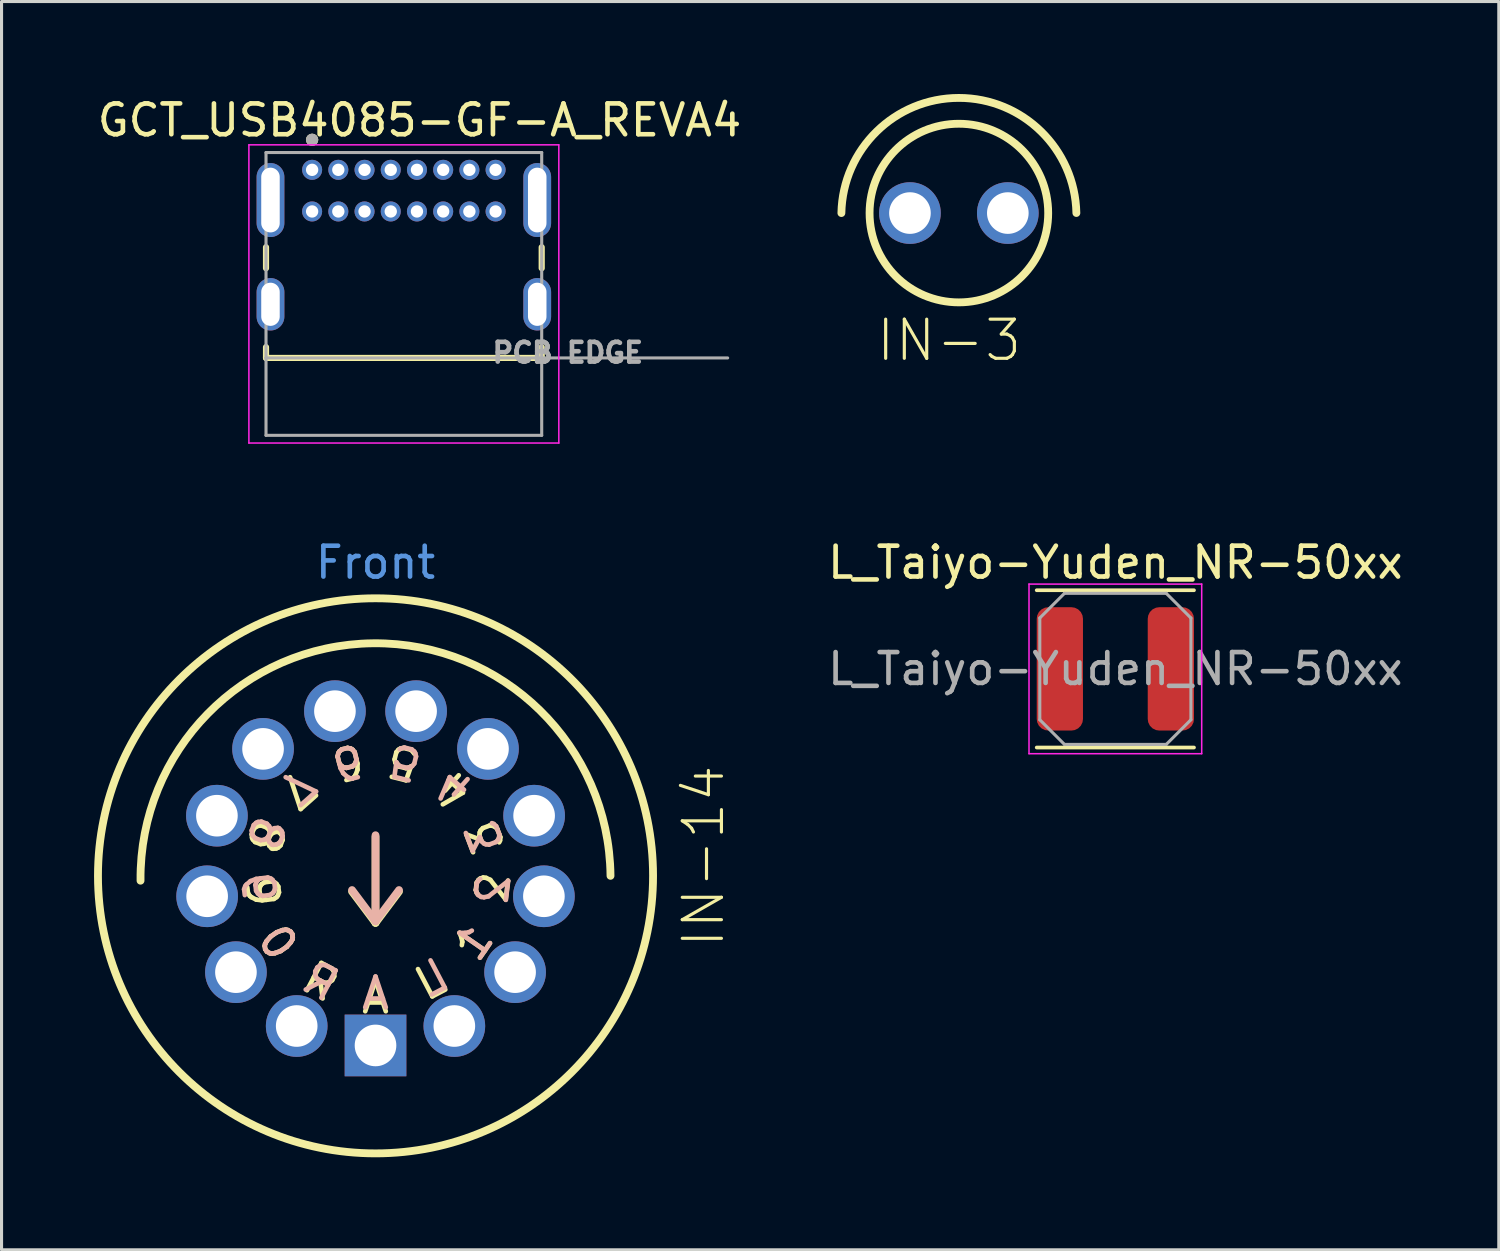
<source format=kicad_pcb>
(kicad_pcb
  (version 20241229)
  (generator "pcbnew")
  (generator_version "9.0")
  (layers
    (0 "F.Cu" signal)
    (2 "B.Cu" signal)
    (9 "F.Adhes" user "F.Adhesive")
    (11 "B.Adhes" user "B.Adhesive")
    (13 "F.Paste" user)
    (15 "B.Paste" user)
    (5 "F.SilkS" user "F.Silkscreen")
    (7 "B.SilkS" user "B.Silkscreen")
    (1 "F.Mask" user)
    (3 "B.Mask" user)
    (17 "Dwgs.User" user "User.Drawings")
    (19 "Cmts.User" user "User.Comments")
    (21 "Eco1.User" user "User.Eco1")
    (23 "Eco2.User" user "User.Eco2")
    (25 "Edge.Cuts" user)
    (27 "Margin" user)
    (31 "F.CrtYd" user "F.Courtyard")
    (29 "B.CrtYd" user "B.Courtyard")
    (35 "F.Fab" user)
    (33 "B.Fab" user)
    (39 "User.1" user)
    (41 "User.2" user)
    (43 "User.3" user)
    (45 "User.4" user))
  (footprint "IN-14"
    (layer "F.Cu")
    (at 9.127 25.351)
    (property "Reference" "IN-14" (at 10.635 -0.635 90) (layer "F.SilkS") (effects (font (size 1.27 1.27) (thickness 0.102))))
    (attr through_hole exclude_from_pos_files)
    (fp_line (start 0 -1.27) (end 0 1.524) (stroke (width 0.25) (type solid)) (layer "F.SilkS"))
    (fp_line (start 0 1.524) (end -0.762 0.508) (stroke (width 0.25) (type solid)) (layer "F.SilkS"))
    (fp_line (start 0 1.524) (end 0.762 0.508) (stroke (width 0.25) (type solid)) (layer "F.SilkS"))
    (fp_arc (start -7.62 0.15748) (mid -0.07874 -7.54126) (end 7.62 0) (stroke (width 0.254) (type solid)) (layer "F.SilkS"))
    (fp_circle (center 0 0) (end 9 0) (stroke (width 0.254) (type solid)) (fill no) (layer "F.SilkS"))
    (fp_line (start 0 -1.318) (end 0 1.476) (stroke (width 0.25) (type solid)) (layer "B.SilkS"))
    (fp_line (start 0 1.476) (end -0.762 0.46) (stroke (width 0.25) (type solid)) (layer "B.SilkS"))
    (fp_line (start 0 1.476) (end 0.762 0.46) (stroke (width 0.25) (type solid)) (layer "B.SilkS"))
    (fp_text user "3" (at 3.556 -1.27 110.769) (unlocked yes) (layer "F.SilkS") (effects (font (size 1 1) (thickness 0.15))))
    (fp_text user "9" (at -3.683 0.508 276.923) (unlocked yes) (layer "F.SilkS") (effects (font (size 1 1) (thickness 0.15))))
    (fp_text user "1" (at 3.175 2.159 55.384) (unlocked yes) (layer "F.SilkS") (effects (font (size 1 1) (thickness 0.15))))
    (fp_text user "6" (at -0.889 -3.683 193.846) (unlocked yes) (layer "F.SilkS") (effects (font (size 1 1) (thickness 0.15))))
    (fp_text user "A" (at 0 3.937 0) (unlocked yes) (layer "F.SilkS") (effects (font (size 1 1) (thickness 0.15))))
    (fp_text user "8" (at -3.556 -1.27 249.229) (unlocked yes) (layer "F.SilkS") (effects (font (size 1 1) (thickness 0.15))))
    (fp_text user "L" (at 1.778 3.429 27.692) (unlocked yes) (layer "F.SilkS") (effects (font (size 1 1) (thickness 0.15))))
    (fp_text user "5" (at 0.889 -3.683 166.153) (unlocked yes) (layer "F.SilkS") (effects (font (size 1 1) (thickness 0.15))))
    (fp_text user "2" (at 3.81 0.381 83.076) (unlocked yes) (layer "F.SilkS") (effects (font (size 1 1) (thickness 0.15))))
    (fp_text user "R" (at -1.778 3.429 332.307) (unlocked yes) (layer "F.SilkS") (effects (font (size 1 1) (thickness 0.15))))
    (fp_text user "0" (at -3.175 2.159 304.615) (unlocked yes) (layer "F.SilkS") (effects (font (size 1 1) (thickness 0.15))))
    (fp_text user "7" (at -2.54 -2.794 221.538) (unlocked yes) (layer "F.SilkS") (effects (font (size 1 1) (thickness 0.15))))
    (fp_text user "4" (at 2.54 -2.794 138.461) (unlocked yes) (layer "F.SilkS") (effects (font (size 1 1) (thickness 0.15))))
    (fp_text user "R" (at -1.778 3.429 332.308) (unlocked yes) (layer "B.SilkS") (effects (font (size 1 1) (thickness 0.15)) (justify mirror)))
    (fp_text user "7" (at -2.54 -2.921 221.539) (unlocked yes) (layer "B.SilkS") (effects (font (size 1 1) (thickness 0.15)) (justify mirror)))
    (fp_text user "4" (at 2.54 -2.921 138.462) (unlocked yes) (layer "B.SilkS") (effects (font (size 1 1) (thickness 0.15)) (justify mirror)))
    (fp_text user "L" (at 1.889 3.302 27.693) (unlocked yes) (layer "B.SilkS") (effects (font (size 1 1) (thickness 0.15)) (justify mirror)))
    (fp_text user "8" (at -3.556 -1.397 249.231) (unlocked yes) (layer "B.SilkS") (effects (font (size 1 1) (thickness 0.15)) (justify mirror)))
    (fp_text user "3" (at 3.556 -1.27 110.772) (unlocked yes) (layer "B.SilkS") (effects (font (size 1 1) (thickness 0.15)) (justify mirror)))
    (fp_text user "2" (at 3.81 0.442 83.077) (unlocked yes) (layer "B.SilkS") (effects (font (size 1 1) (thickness 0.15)) (justify mirror)))
    (fp_text user "1" (at 3.175 2.159 55.385) (unlocked yes) (layer "B.SilkS") (effects (font (size 1 1) (thickness 0.15)) (justify mirror)))
    (fp_text user "A" (at 0 3.81 0) (unlocked yes) (layer "B.SilkS") (effects (font (size 1 1) (thickness 0.15)) (justify mirror)))
    (fp_text user "6" (at -0.889 -3.683 193.847) (unlocked yes) (layer "B.SilkS") (effects (font (size 1 1) (thickness 0.15)) (justify mirror)))
    (fp_text user "5" (at 0.973 -3.683 166.154) (unlocked yes) (layer "B.SilkS") (effects (font (size 1 1) (thickness 0.15)) (justify mirror)))
    (fp_text user "9" (at -3.81 0.381 276.924) (unlocked yes) (layer "B.SilkS") (effects (font (size 1 1) (thickness 0.15)) (justify mirror)))
    (fp_text user "0" (at -3.175 2.159 304.616) (unlocked yes) (layer "B.SilkS") (effects (font (size 1 1) (thickness 0.15)) (justify mirror)))
    (fp_text user "Front" (at 0 -10.16 0) (unlocked yes) (layer "Cmts.User") (effects (font (size 1 1) (thickness 0.15))))
    (pad "0" thru_hole circle (at -4.526 3.124) (size 2 2) (drill 1.35) (layers "*.Cu" "*.Mask"))
    (pad "1" thru_hole circle (at 4.526 3.124) (size 2 2) (drill 1.35) (layers "*.Cu" "*.Mask"))
    (pad "2" thru_hole circle (at 5.46 0.663) (size 2 2) (drill 1.35) (layers "*.Cu" "*.Mask"))
    (pad "3" thru_hole circle (at 5.143 -1.95) (size 2 2) (drill 1.35) (layers "*.Cu" "*.Mask"))
    (pad "4" thru_hole circle (at 3.647 -4.117) (size 2 2) (drill 1.35) (layers "*.Cu" "*.Mask"))
    (pad "5" thru_hole circle (at 1.316 -5.34) (size 2 2) (drill 1.35) (layers "*.Cu" "*.Mask"))
    (pad "6" thru_hole circle (at -1.316 -5.34) (size 2 2) (drill 1.35) (layers "*.Cu" "*.Mask"))
    (pad "7" thru_hole circle (at -3.647 -4.117) (size 2 2) (drill 1.35) (layers "*.Cu" "*.Mask"))
    (pad "8" thru_hole circle (at -5.143 -1.95) (size 2 2) (drill 1.35) (layers "*.Cu" "*.Mask"))
    (pad "9" thru_hole circle (at -5.46 0.663) (size 2 2) (drill 1.35) (layers "*.Cu" "*.Mask"))
    (pad "A" thru_hole rect (at 0 5.5) (size 2 2) (drill 1.35) (layers "*.Cu" "*.Mask"))
    (pad "LHDP" thru_hole circle (at 2.556 4.87) (size 2 2) (drill 1.35) (layers "*.Cu" "*.Mask"))
    (pad "RHDP" thru_hole circle (at -2.556 4.87) (size 2 2) (drill 1.35) (layers "*.Cu" "*.Mask")))
  (footprint "GCT_USB4085-GF-A_REVA4"
    (layer "F.Cu")
    (at 10.046 6.817)
    (property "Reference" "GCT_USB4085-GF-A_REVA4" (at 0.508 -5.969 0) (layer "F.SilkS") (effects (font (size 1 1) (thickness 0.15))))
    (attr through_hole)
    (fp_line (start -4.47 -1.85) (end -4.47 -1.17) (stroke (width 0.2) (type solid)) (layer "F.SilkS"))
    (fp_line (start -4.47 1.39) (end -4.47 1.74) (stroke (width 0.2) (type solid)) (layer "F.SilkS"))
    (fp_line (start -4.47 1.74) (end 4.47 1.74) (stroke (width 0.2) (type solid)) (layer "F.SilkS"))
    (fp_line (start 4.47 -1.85) (end 4.47 -1.17) (stroke (width 0.2) (type solid)) (layer "F.SilkS"))
    (fp_line (start 4.47 1.74) (end 4.47 1.39) (stroke (width 0.2) (type solid)) (layer "F.SilkS"))
    (fp_circle (center -2.975 -5.334) (end -2.875 -5.334) (stroke (width 0.2) (type solid)) (fill no) (layer "F.SilkS"))
    (fp_line (start -5.025 -5.17) (end 5.025 -5.17) (stroke (width 0.05) (type solid)) (layer "F.CrtYd"))
    (fp_line (start -5.025 4.5) (end -5.025 -5.17) (stroke (width 0.05) (type solid)) (layer "F.CrtYd"))
    (fp_line (start 5.025 -5.17) (end 5.025 4.5) (stroke (width 0.05) (type solid)) (layer "F.CrtYd"))
    (fp_line (start 5.025 4.5) (end -5.025 4.5) (stroke (width 0.05) (type solid)) (layer "F.CrtYd"))
    (fp_line (start -4.47 -4.92) (end 4.47 -4.92) (stroke (width 0.1) (type solid)) (layer "F.Fab"))
    (fp_line (start -4.47 1.74) (end -4.47 -4.92) (stroke (width 0.1) (type solid)) (layer "F.Fab"))
    (fp_line (start -4.47 1.74) (end 10.5 1.74) (stroke (width 0.1) (type solid)) (layer "F.Fab"))
    (fp_line (start -4.47 4.25) (end -4.47 1.74) (stroke (width 0.1) (type solid)) (layer "F.Fab"))
    (fp_line (start 4.47 -4.92) (end 4.47 4.25) (stroke (width 0.1) (type solid)) (layer "F.Fab"))
    (fp_line (start 4.47 4.25) (end -4.47 4.25) (stroke (width 0.1) (type solid)) (layer "F.Fab"))
    (fp_circle (center -2.975 -5.334) (end -2.875 -5.334) (stroke (width 0.2) (type solid)) (fill no) (layer "F.Fab"))
    (fp_text user "PCB EDGE" (at 5.315 1.57 0) (layer "F.Fab") (effects (font (size 0.64 0.64) (thickness 0.15))))
    (pad "A1" thru_hole circle (at -2.975 -4.36) (size 0.65 0.65) (drill 0.4) (layers "*.Cu" "*.Mask"))
    (pad "A4" thru_hole circle (at -2.125 -4.36) (size 0.65 0.65) (drill 0.4) (layers "*.Cu" "*.Mask"))
    (pad "A5" thru_hole circle (at -1.275 -4.36) (size 0.65 0.65) (drill 0.4) (layers "*.Cu" "*.Mask"))
    (pad "A6" thru_hole circle (at -0.425 -4.36) (size 0.65 0.65) (drill 0.4) (layers "*.Cu" "*.Mask"))
    (pad "A7" thru_hole circle (at 0.425 -4.36) (size 0.65 0.65) (drill 0.4) (layers "*.Cu" "*.Mask"))
    (pad "A8" thru_hole circle (at 1.275 -4.36) (size 0.65 0.65) (drill 0.4) (layers "*.Cu" "*.Mask"))
    (pad "A9" thru_hole circle (at 2.125 -4.36) (size 0.65 0.65) (drill 0.4) (layers "*.Cu" "*.Mask"))
    (pad "A12" thru_hole circle (at 2.975 -4.36) (size 0.65 0.65) (drill 0.4) (layers "*.Cu" "*.Mask"))
    (pad "B1" thru_hole circle (at 2.975 -3.01) (size 0.65 0.65) (drill 0.4) (layers "*.Cu" "*.Mask"))
    (pad "B4" thru_hole circle (at 2.125 -3.01) (size 0.65 0.65) (drill 0.4) (layers "*.Cu" "*.Mask"))
    (pad "B5" thru_hole circle (at 1.275 -3.01) (size 0.65 0.65) (drill 0.4) (layers "*.Cu" "*.Mask"))
    (pad "B6" thru_hole circle (at 0.425 -3.01) (size 0.65 0.65) (drill 0.4) (layers "*.Cu" "*.Mask"))
    (pad "B7" thru_hole circle (at -0.425 -3.01) (size 0.65 0.65) (drill 0.4) (layers "*.Cu" "*.Mask"))
    (pad "B8" thru_hole circle (at -1.275 -3.01) (size 0.65 0.65) (drill 0.4) (layers "*.Cu" "*.Mask"))
    (pad "B9" thru_hole circle (at -2.125 -3.01) (size 0.65 0.65) (drill 0.4) (layers "*.Cu" "*.Mask"))
    (pad "B12" thru_hole circle (at -2.975 -3.01) (size 0.65 0.65) (drill 0.4) (layers "*.Cu" "*.Mask"))
    (pad "S1" thru_hole oval (at -4.325 0) (size 0.9 1.7) (drill oval 0.6 1.4) (layers "*.Cu" "*.Mask"))
    (pad "S2" thru_hole oval (at 4.325 0) (size 0.9 1.7) (drill oval 0.6 1.4) (layers "*.Cu" "*.Mask"))
    (pad "S3" thru_hole oval (at -4.325 -3.38) (size 0.9 2.4) (drill oval 0.6 2.1) (layers "*.Cu" "*.Mask"))
    (pad "S4" thru_hole oval (at 4.325 -3.38) (size 0.9 2.4) (drill oval 0.6 2.1) (layers "*.Cu" "*.Mask")))
  (footprint "IN-3"
    (layer "F.Cu")
    (at 28.044 3.859)
    (property "Reference" "IN-3" (at -0.318 4.128 0) (layer "F.SilkS") (effects (font (size 1.27 1.27) (thickness 0.102))))
    (attr exclude_from_pos_files exclude_from_bom)
    (fp_arc (start -3.81 0) (mid -0.001068 -3.732073) (end 3.809955 -0.002135) (stroke (width 0.254) (type solid)) (layer "F.SilkS"))
    (fp_circle (center 0 0) (end 0 -2.896) (stroke (width 0.254) (type solid)) (fill no) (layer "F.SilkS"))
    (pad "A" thru_hole circle (at -1.587 0) (size 2 2) (drill 1.35) (layers "*.Cu" "*.Mask"))
    (pad "K" thru_hole circle (at 1.587 0) (size 2 2) (drill 1.35) (layers "*.Cu" "*.Mask")))
  (footprint "L_Taiyo-Yuden_NR-50xx"
    (layer "F.Cu")
    (at 33.118 18.64)
    (property "Reference" "L_Taiyo-Yuden_NR-50xx" (at 0 -3.45 0) (layer "F.SilkS") (effects (font (size 1 1) (thickness 0.15))))
    (attr smd)
    (fp_line (start -2.55 -2.55) (end 2.55 -2.55) (stroke (width 0.12) (type solid)) (layer "F.SilkS"))
    (fp_line (start -2.55 2.55) (end 2.55 2.55) (stroke (width 0.12) (type solid)) (layer "F.SilkS"))
    (fp_line (start -2.8 -2.75) (end -2.8 2.75) (stroke (width 0.05) (type solid)) (layer "F.CrtYd"))
    (fp_line (start -2.8 2.75) (end 2.8 2.75) (stroke (width 0.05) (type solid)) (layer "F.CrtYd"))
    (fp_line (start 2.8 -2.75) (end -2.8 -2.75) (stroke (width 0.05) (type solid)) (layer "F.CrtYd"))
    (fp_line (start 2.8 2.75) (end 2.8 -2.75) (stroke (width 0.05) (type solid)) (layer "F.CrtYd"))
    (fp_line (start -2.45 -1.65) (end -1.65 -2.45) (stroke (width 0.1) (type solid)) (layer "F.Fab"))
    (fp_line (start -2.45 1.65) (end -2.45 -1.65) (stroke (width 0.1) (type solid)) (layer "F.Fab"))
    (fp_line (start -2.45 1.65) (end -1.65 2.45) (stroke (width 0.1) (type solid)) (layer "F.Fab"))
    (fp_line (start -1.65 -2.45) (end 1.65 -2.45) (stroke (width 0.1) (type solid)) (layer "F.Fab"))
    (fp_line (start -1.65 2.45) (end 1.65 2.45) (stroke (width 0.1) (type solid)) (layer "F.Fab"))
    (fp_line (start 2.45 -1.65) (end 1.65 -2.45) (stroke (width 0.1) (type solid)) (layer "F.Fab"))
    (fp_line (start 2.45 -1.65) (end 2.45 1.65) (stroke (width 0.1) (type solid)) (layer "F.Fab"))
    (fp_line (start 2.45 1.65) (end 1.65 2.45) (stroke (width 0.1) (type solid)) (layer "F.Fab"))
    (fp_text user "${REFERENCE}" (at 0 0 0) (layer "F.Fab") (effects (font (size 1 1) (thickness 0.15))))
    (pad "1" smd roundrect (at -1.8 0) (size 1.5 4) (layers "F.Cu" "F.Mask" "F.Paste") (roundrect_rratio 0.25))
    (pad "2" smd roundrect (at 1.8 0) (size 1.5 4) (layers "F.Cu" "F.Mask" "F.Paste") (roundrect_rratio 0.25)))
  (gr_rect
    (start -3 -3)
    (end 45.552 37.477)
    (stroke (width 0.1) (type default))
    (fill no)
    (layer "Edge.Cuts")))
</source>
